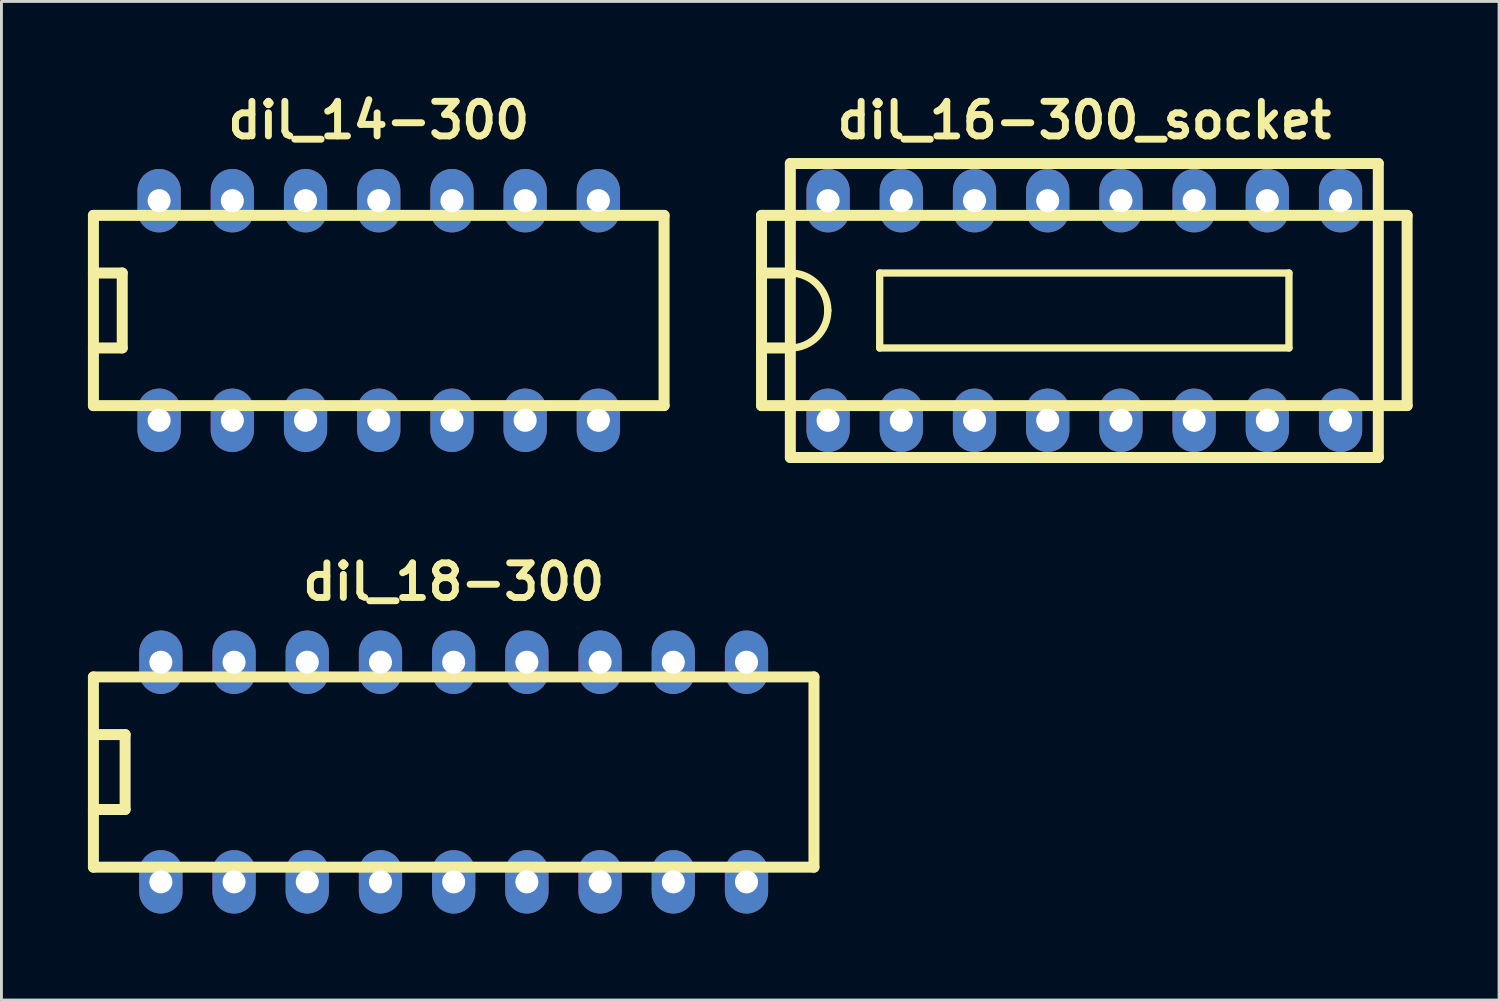
<source format=kicad_pcb>
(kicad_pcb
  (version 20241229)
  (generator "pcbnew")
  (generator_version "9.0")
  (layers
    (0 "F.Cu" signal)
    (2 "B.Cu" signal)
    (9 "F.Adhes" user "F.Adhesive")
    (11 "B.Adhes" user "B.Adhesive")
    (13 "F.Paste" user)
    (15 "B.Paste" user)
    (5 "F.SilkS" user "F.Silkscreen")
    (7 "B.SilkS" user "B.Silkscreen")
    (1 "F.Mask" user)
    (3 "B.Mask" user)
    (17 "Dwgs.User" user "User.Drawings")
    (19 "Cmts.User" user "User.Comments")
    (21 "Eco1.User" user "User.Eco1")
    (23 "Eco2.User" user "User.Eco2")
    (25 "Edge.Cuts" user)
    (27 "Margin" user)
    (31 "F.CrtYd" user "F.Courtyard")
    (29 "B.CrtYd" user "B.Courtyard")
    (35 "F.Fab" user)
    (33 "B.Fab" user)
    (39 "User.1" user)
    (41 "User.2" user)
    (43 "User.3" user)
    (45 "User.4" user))
  (footprint "dil_14-300"
    (layer "F.Cu")
    (at 10.091 7.723)
    (property "Reference" "dil_14-300" (at 0 -6.6 0) (layer "F.SilkS") (effects (font (size 1.2 1.2) (thickness 0.24))))
    (attr through_hole)
    (fp_line (start -9.9 -3.3) (end 9.9 -3.3) (stroke (width 0.381) (type solid)) (layer "F.SilkS"))
    (fp_line (start -9.9 3.3) (end -9.9 -3.3) (stroke (width 0.381) (type solid)) (layer "F.SilkS"))
    (fp_line (start -8.9 -1.3) (end -9.9 -1.3) (stroke (width 0.381) (type solid)) (layer "F.SilkS"))
    (fp_line (start -8.9 -1.3) (end -8.9 1.3) (stroke (width 0.381) (type solid)) (layer "F.SilkS"))
    (fp_line (start -8.9 1.3) (end -9.9 1.3) (stroke (width 0.381) (type solid)) (layer "F.SilkS"))
    (fp_line (start 9.9 -3.3) (end 9.9 3.3) (stroke (width 0.381) (type solid)) (layer "F.SilkS"))
    (fp_line (start 9.9 3.3) (end -9.9 3.3) (stroke (width 0.381) (type solid)) (layer "F.SilkS"))
    (pad "1" thru_hole oval (at -7.62 3.81) (size 1.5 2.2) (drill 0.8) (layers "*.Cu" "*.Mask"))
    (pad "2" thru_hole oval (at -5.08 3.81) (size 1.5 2.2) (drill 0.8) (layers "*.Cu" "*.Mask"))
    (pad "3" thru_hole oval (at -2.54 3.81) (size 1.5 2.2) (drill 0.8) (layers "*.Cu" "*.Mask"))
    (pad "4" thru_hole oval (at 0 3.81) (size 1.5 2.2) (drill 0.8) (layers "*.Cu" "*.Mask"))
    (pad "5" thru_hole oval (at 2.54 3.81) (size 1.5 2.2) (drill 0.8) (layers "*.Cu" "*.Mask"))
    (pad "6" thru_hole oval (at 5.08 3.81) (size 1.5 2.2) (drill 0.8) (layers "*.Cu" "*.Mask"))
    (pad "7" thru_hole oval (at 7.62 3.81) (size 1.5 2.2) (drill 0.8) (layers "*.Cu" "*.Mask"))
    (pad "8" thru_hole oval (at 7.62 -3.81) (size 1.5 2.2) (drill 0.8) (layers "*.Cu" "*.Mask"))
    (pad "9" thru_hole oval (at 5.08 -3.81) (size 1.5 2.2) (drill 0.8) (layers "*.Cu" "*.Mask"))
    (pad "10" thru_hole oval (at 2.54 -3.81) (size 1.5 2.2) (drill 0.8) (layers "*.Cu" "*.Mask"))
    (pad "11" thru_hole oval (at 0 -3.81) (size 1.5 2.2) (drill 0.8) (layers "*.Cu" "*.Mask"))
    (pad "12" thru_hole oval (at -2.54 -3.81) (size 1.5 2.2) (drill 0.8) (layers "*.Cu" "*.Mask"))
    (pad "13" thru_hole oval (at -5.08 -3.81) (size 1.5 2.2) (drill 0.8) (layers "*.Cu" "*.Mask"))
    (pad "14" thru_hole oval (at -7.62 -3.81) (size 1.5 2.2) (drill 0.8) (layers "*.Cu" "*.Mask")))
  (footprint "dil_18-300"
    (layer "F.Cu")
    (at 12.691 23.737)
    (property "Reference" "dil_18-300" (at 0 -6.6 0) (layer "F.SilkS") (effects (font (size 1.2 1.2) (thickness 0.24))))
    (attr through_hole)
    (fp_line (start -12.5 -3.3) (end 12.5 -3.3) (stroke (width 0.381) (type solid)) (layer "F.SilkS"))
    (fp_line (start -12.5 3.3) (end -12.5 -3.3) (stroke (width 0.381) (type solid)) (layer "F.SilkS"))
    (fp_line (start -12.5 3.3) (end 12.5 3.3) (stroke (width 0.381) (type solid)) (layer "F.SilkS"))
    (fp_line (start -11.4 -1.3) (end -12.5 -1.3) (stroke (width 0.381) (type solid)) (layer "F.SilkS"))
    (fp_line (start -11.4 -1.3) (end -11.4 1.3) (stroke (width 0.381) (type solid)) (layer "F.SilkS"))
    (fp_line (start -11.4 1.3) (end -12.5 1.3) (stroke (width 0.381) (type solid)) (layer "F.SilkS"))
    (fp_line (start 12.5 -3.3) (end 12.5 3.3) (stroke (width 0.381) (type solid)) (layer "F.SilkS"))
    (pad "1" thru_hole oval (at -10.16 3.81) (size 1.5 2.2) (drill 0.8) (layers "*.Cu" "*.Mask"))
    (pad "2" thru_hole oval (at -7.62 3.81) (size 1.5 2.2) (drill 0.8) (layers "*.Cu" "*.Mask"))
    (pad "3" thru_hole oval (at -5.08 3.81) (size 1.5 2.2) (drill 0.8) (layers "*.Cu" "*.Mask"))
    (pad "4" thru_hole oval (at -2.54 3.81) (size 1.5 2.2) (drill 0.8) (layers "*.Cu" "*.Mask"))
    (pad "5" thru_hole oval (at 0 3.81) (size 1.5 2.2) (drill 0.8) (layers "*.Cu" "*.Mask"))
    (pad "6" thru_hole oval (at 2.54 3.81) (size 1.5 2.2) (drill 0.8) (layers "*.Cu" "*.Mask"))
    (pad "7" thru_hole oval (at 5.08 3.81) (size 1.5 2.2) (drill 0.8) (layers "*.Cu" "*.Mask"))
    (pad "8" thru_hole oval (at 7.62 3.81) (size 1.5 2.2) (drill 0.8) (layers "*.Cu" "*.Mask"))
    (pad "9" thru_hole oval (at 10.16 3.81) (size 1.5 2.2) (drill 0.8) (layers "*.Cu" "*.Mask"))
    (pad "10" thru_hole oval (at 10.16 -3.81) (size 1.5 2.2) (drill 0.8) (layers "*.Cu" "*.Mask"))
    (pad "11" thru_hole oval (at 7.62 -3.81) (size 1.5 2.2) (drill 0.8) (layers "*.Cu" "*.Mask"))
    (pad "12" thru_hole oval (at 5.08 -3.81) (size 1.5 2.2) (drill 0.8) (layers "*.Cu" "*.Mask"))
    (pad "13" thru_hole oval (at 2.54 -3.81) (size 1.5 2.2) (drill 0.8) (layers "*.Cu" "*.Mask"))
    (pad "14" thru_hole oval (at 0 -3.81) (size 1.5 2.2) (drill 0.8) (layers "*.Cu" "*.Mask"))
    (pad "15" thru_hole oval (at -2.54 -3.81) (size 1.5 2.2) (drill 0.8) (layers "*.Cu" "*.Mask"))
    (pad "16" thru_hole oval (at -5.08 -3.81) (size 1.5 2.2) (drill 0.8) (layers "*.Cu" "*.Mask"))
    (pad "17" thru_hole oval (at -7.62 -3.81) (size 1.5 2.2) (drill 0.8) (layers "*.Cu" "*.Mask"))
    (pad "18" thru_hole oval (at -10.16 -3.81) (size 1.5 2.2) (drill 0.8) (layers "*.Cu" "*.Mask")))
  (footprint "dil_16-300_socket"
    (layer "F.Cu")
    (at 34.572 7.723)
    (property "Reference" "dil_16-300_socket" (at 0 -6.6 0) (layer "F.SilkS") (effects (font (size 1.2 1.2) (thickness 0.24))))
    (attr through_hole)
    (fp_line (start -11.2 -3.3) (end 11.2 -3.3) (stroke (width 0.381) (type solid)) (layer "F.SilkS"))
    (fp_line (start -11.2 3.3) (end -11.2 -3.3) (stroke (width 0.381) (type solid)) (layer "F.SilkS"))
    (fp_line (start -10.2 -1.3) (end -11.2 -1.3) (stroke (width 0.381) (type solid)) (layer "F.SilkS"))
    (fp_line (start -10.2 1.3) (end -11.2 1.3) (stroke (width 0.381) (type solid)) (layer "F.SilkS"))
    (fp_line (start -10.2 5.1) (end -10.2 -5.1) (stroke (width 0.381) (type solid)) (layer "F.SilkS"))
    (fp_line (start -10.2 5.1) (end 10.2 5.1) (stroke (width 0.381) (type solid)) (layer "F.SilkS"))
    (fp_line (start -7.1 -1.3) (end -7.1 1.3) (stroke (width 0.254) (type solid)) (layer "F.SilkS"))
    (fp_line (start -7.1 -1.3) (end 7.1 -1.3) (stroke (width 0.254) (type solid)) (layer "F.SilkS"))
    (fp_line (start 7.1 1.3) (end -7.1 1.3) (stroke (width 0.254) (type solid)) (layer "F.SilkS"))
    (fp_line (start 7.1 1.3) (end 7.1 -1.3) (stroke (width 0.254) (type solid)) (layer "F.SilkS"))
    (fp_line (start 10.2 -5.1) (end -10.2 -5.1) (stroke (width 0.381) (type solid)) (layer "F.SilkS"))
    (fp_line (start 10.2 -5.1) (end 10.2 5.1) (stroke (width 0.381) (type solid)) (layer "F.SilkS"))
    (fp_line (start 11.2 -3.3) (end 11.2 3.3) (stroke (width 0.381) (type solid)) (layer "F.SilkS"))
    (fp_line (start 11.2 3.3) (end -11.2 3.3) (stroke (width 0.381) (type solid)) (layer "F.SilkS"))
    (fp_arc (start -10.2 -1.3) (mid -9.280761 -0.919239) (end -8.9 0) (stroke (width 0.254) (type solid)) (layer "F.SilkS"))
    (fp_arc (start -8.9 0) (mid -9.280761 0.919239) (end -10.2 1.3) (stroke (width 0.254) (type solid)) (layer "F.SilkS"))
    (pad "1" thru_hole oval (at -8.89 3.81) (size 1.5 2.2) (drill 0.8) (layers "*.Cu" "*.Mask"))
    (pad "2" thru_hole oval (at -6.35 3.81) (size 1.5 2.2) (drill 0.8) (layers "*.Cu" "*.Mask"))
    (pad "3" thru_hole oval (at -3.81 3.81) (size 1.5 2.2) (drill 0.8) (layers "*.Cu" "*.Mask"))
    (pad "4" thru_hole oval (at -1.27 3.81) (size 1.5 2.2) (drill 0.8) (layers "*.Cu" "*.Mask"))
    (pad "5" thru_hole oval (at 1.27 3.81) (size 1.5 2.2) (drill 0.8) (layers "*.Cu" "*.Mask"))
    (pad "6" thru_hole oval (at 3.81 3.81) (size 1.5 2.2) (drill 0.8) (layers "*.Cu" "*.Mask"))
    (pad "7" thru_hole oval (at 6.35 3.81) (size 1.5 2.2) (drill 0.8) (layers "*.Cu" "*.Mask"))
    (pad "8" thru_hole oval (at 8.89 3.81) (size 1.5 2.2) (drill 0.8) (layers "*.Cu" "*.Mask"))
    (pad "9" thru_hole oval (at 8.89 -3.81) (size 1.5 2.2) (drill 0.8) (layers "*.Cu" "*.Mask"))
    (pad "10" thru_hole oval (at 6.35 -3.81) (size 1.5 2.2) (drill 0.8) (layers "*.Cu" "*.Mask"))
    (pad "11" thru_hole oval (at 3.81 -3.81) (size 1.5 2.2) (drill 0.8) (layers "*.Cu" "*.Mask"))
    (pad "12" thru_hole oval (at 1.27 -3.81) (size 1.5 2.2) (drill 0.8) (layers "*.Cu" "*.Mask"))
    (pad "13" thru_hole oval (at -1.27 -3.81) (size 1.5 2.2) (drill 0.8) (layers "*.Cu" "*.Mask"))
    (pad "14" thru_hole oval (at -3.81 -3.81) (size 1.5 2.2) (drill 0.8) (layers "*.Cu" "*.Mask"))
    (pad "15" thru_hole oval (at -6.35 -3.81) (size 1.5 2.2) (drill 0.8) (layers "*.Cu" "*.Mask"))
    (pad "16" thru_hole oval (at -8.89 -3.81) (size 1.5 2.2) (drill 0.8) (layers "*.Cu" "*.Mask")))
  (gr_rect
    (start -3 -3)
    (end 48.962 31.647)
    (stroke (width 0.1) (type default))
    (fill no)
    (layer "Edge.Cuts")))
</source>
